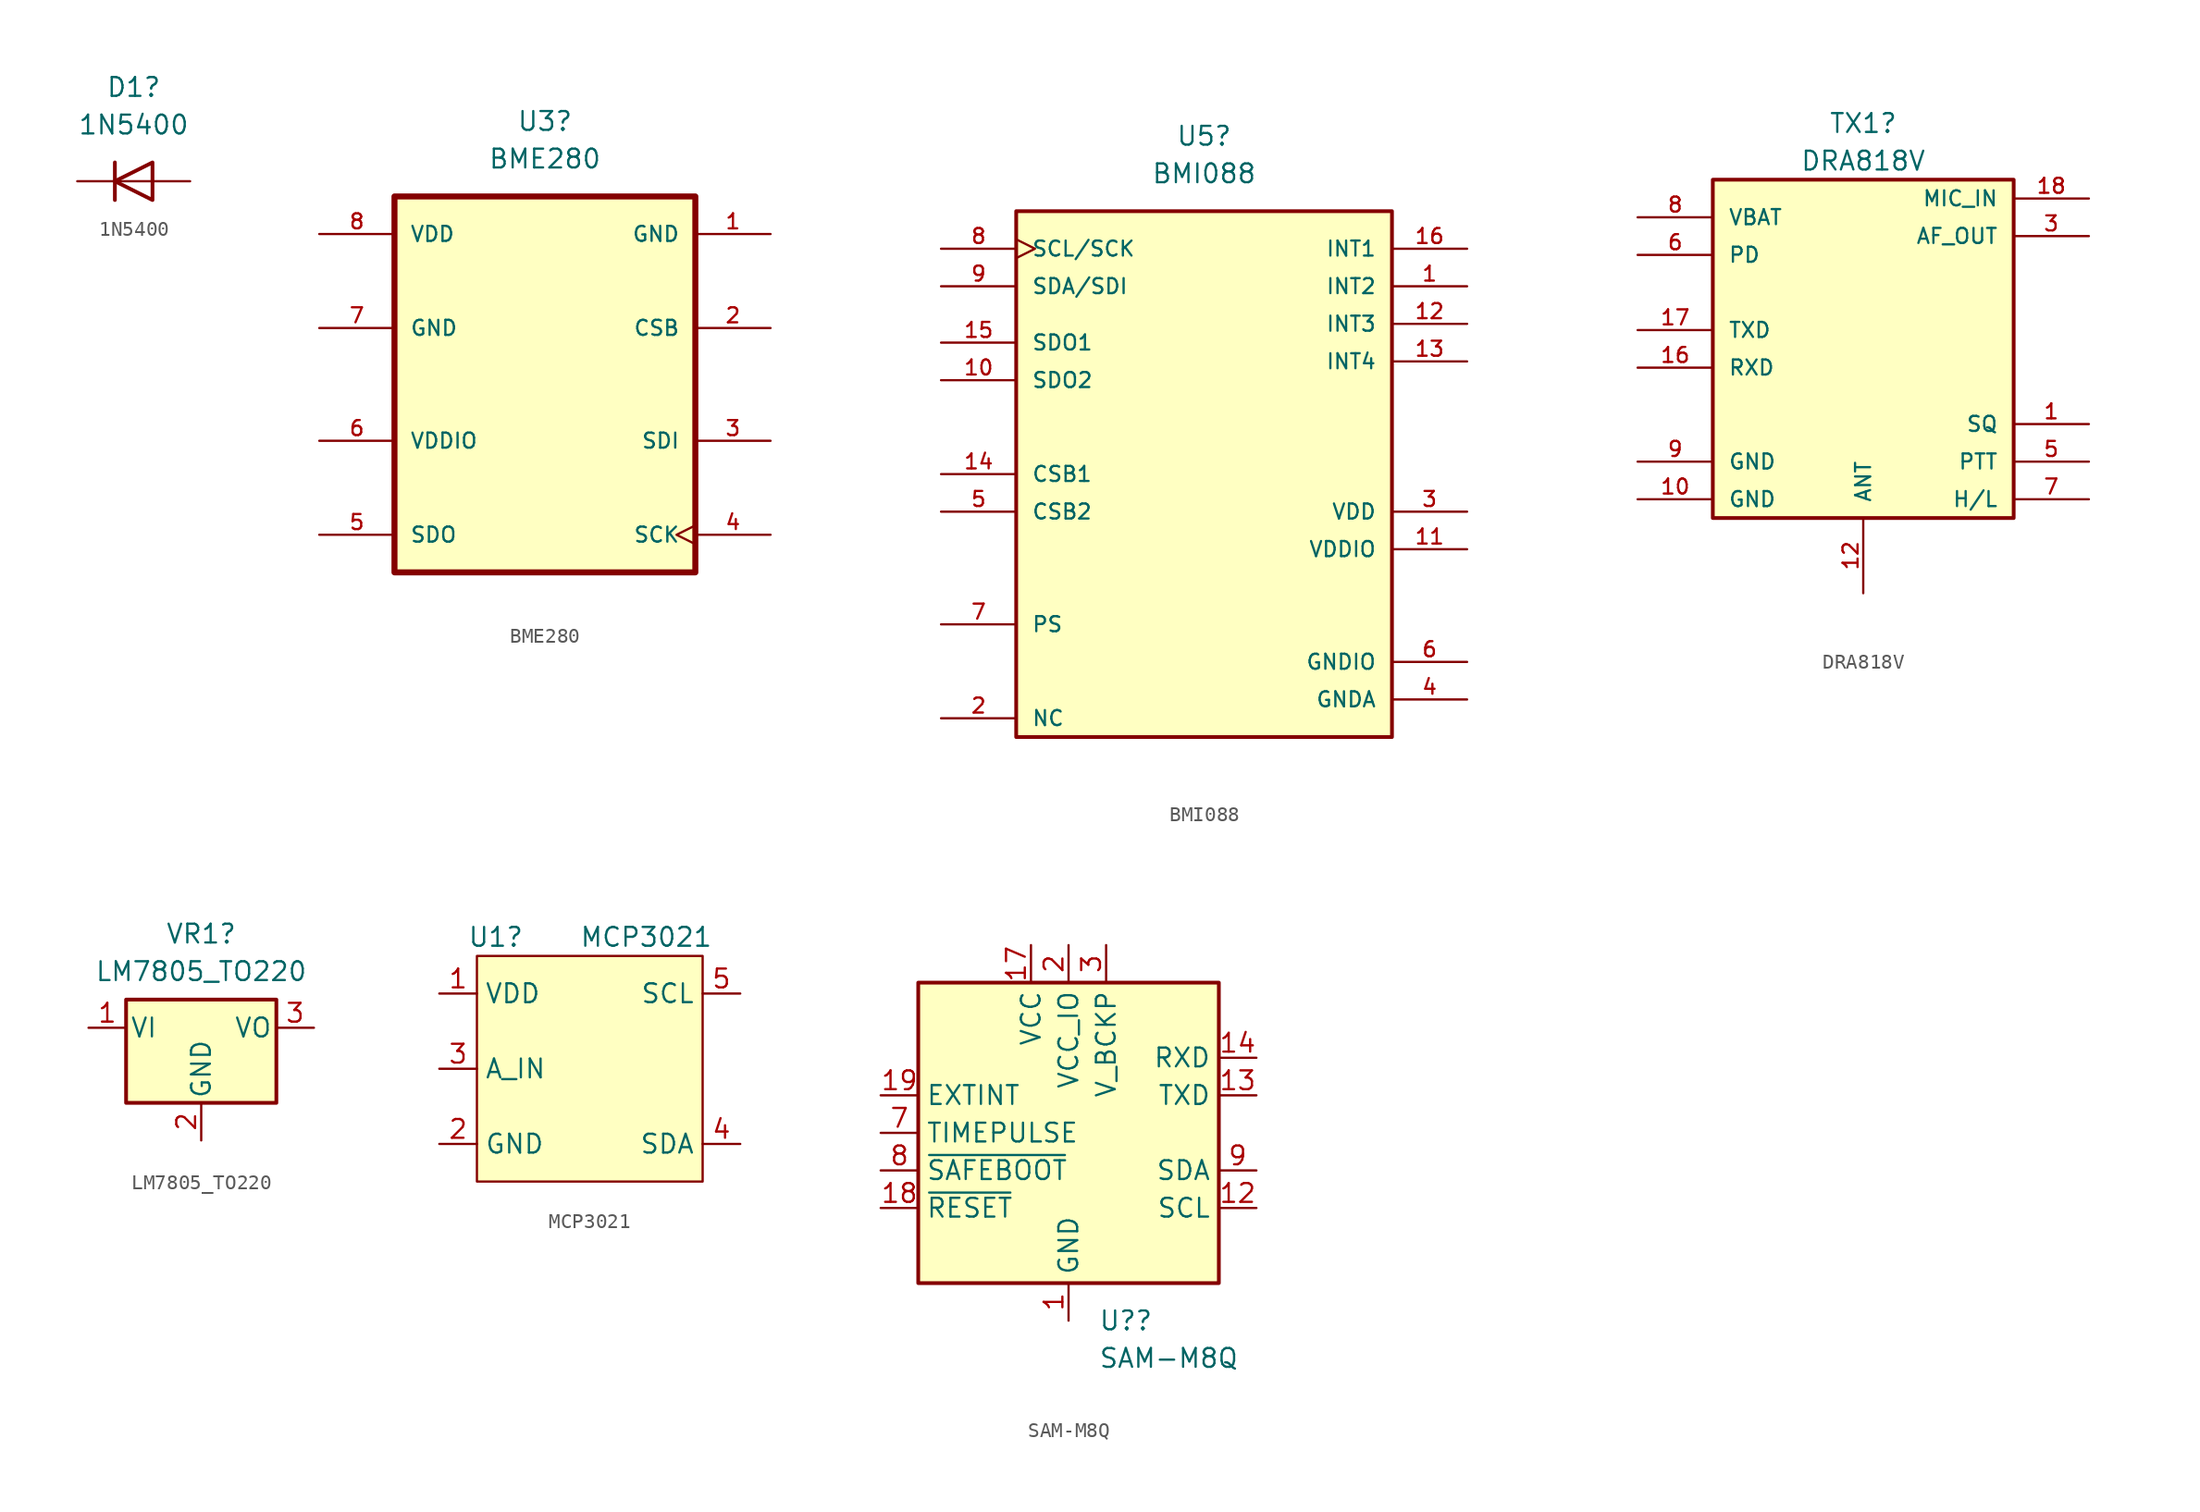
<source format=kicad_sym>
(kicad_symbol_lib
  (version 20211014)
  (generator kicad_symbol_editor)
  (symbol "1N5400"
    (pin_numbers hide)
    (pin_names hide)
    (property "Reference" "D1"
      (at 0 6.35 0)
      (effects (font (size 1.27 1.27))))
    (property "Value" "1N5400"
      (at 0 3.81 0)
      (effects (font (size 1.27 1.27))))
    (symbol "1N5400_0_1"
      (polyline (pts (xy -1.27 1.27) (xy -1.27 -1.27)) (stroke (width 0.254) (type default) (color 0 0 0 0)) (fill (type none)))
      (polyline (pts (xy 1.27 0) (xy -1.27 0)) (stroke (width 0) (type default) (color 0 0 0 0)) (fill (type none)))
      (polyline (pts (xy 1.27 1.27) (xy 1.27 -1.27) (xy -1.27 0) (xy 1.27 1.27)) (stroke (width 0.254) (type default) (color 0 0 0 0)) (fill (type none))))
    (symbol "1N5400_1_1"
      (pin power_out line (at -3.81 0 0) (length 2.54) (name "K" (effects (font (size 1.27 1.27)))) (number "1" (effects (font (size 1.27 1.27)))))
      (pin power_in line (at 3.81 0 180) (length 2.54) (name "A" (effects (font (size 1.27 1.27)))) (number "2" (effects (font (size 1.27 1.27)))))))
  (symbol "BME280"
    (pin_names
      (offset 1.016))
    (property "Reference" "U3"
      (at 0 17.78 0)
      (effects (font (size 1.27 1.27))))
    (property "Value" "BME280"
      (at 0 15.24 0)
      (effects (font (size 1.27 1.27))))
    (symbol "BME280_0_0"
      (rectangle (start -10.16 -12.7) (end 10.16 12.7) (stroke (width 0.406) (type default) (color 0 0 0 0)) (fill (type background)))
      (pin power_in line (at 15.24 10.16 180) (length 5.08) (name "GND" (effects (font (size 1.016 1.016)))) (number "1" (effects (font (size 1.016 1.016)))))
      (pin input line (at 15.24 3.81 180) (length 5.08) (name "CSB" (effects (font (size 1.016 1.016)))) (number "2" (effects (font (size 1.016 1.016)))))
      (pin bidirectional line (at 15.24 -3.81 180) (length 5.08) (name "SDI" (effects (font (size 1.016 1.016)))) (number "3" (effects (font (size 1.016 1.016)))))
      (pin input clock (at 15.24 -10.16 180) (length 5.08) (name "SCK" (effects (font (size 1.016 1.016)))) (number "4" (effects (font (size 1.016 1.016)))))
      (pin passive line (at -15.24 -10.16 0) (length 5.08) (name "SDO" (effects (font (size 1.016 1.016)))) (number "5" (effects (font (size 1.016 1.016)))))
      (pin power_in line (at -15.24 -3.81 0) (length 5.08) (name "VDDIO" (effects (font (size 1.016 1.016)))) (number "6" (effects (font (size 1.016 1.016)))))
      (pin power_in line (at -15.24 3.81 0) (length 5.08) (name "GND" (effects (font (size 1.016 1.016)))) (number "7" (effects (font (size 1.016 1.016)))))
      (pin power_in line (at -15.24 10.16 0) (length 5.08) (name "VDD" (effects (font (size 1.016 1.016)))) (number "8" (effects (font (size 1.016 1.016)))))))
  (symbol "BMI088"
    (pin_names
      (offset 1.016))
    (property "Reference" "U5"
      (at 0 22.86 0)
      (effects (font (size 1.27 1.27))))
    (property "Value" "BMI088"
      (at 0 20.32 0)
      (effects (font (size 1.27 1.27))))
    (symbol "BMI088_0_0"
      (rectangle (start -12.7 -17.78) (end 12.7 17.78) (stroke (width 0.254) (type default) (color 0 0 0 0)) (fill (type background)))
      (pin bidirectional line (at 17.78 12.7 180) (length 5.08) (name "INT2" (effects (font (size 1.016 1.016)))) (number "1" (effects (font (size 1.016 1.016)))))
      (pin bidirectional line (at -17.78 6.35 0) (length 5.08) (name "SDO2" (effects (font (size 1.016 1.016)))) (number "10" (effects (font (size 1.016 1.016)))))
      (pin power_in line (at 17.78 -5.08 180) (length 5.08) (name "VDDIO" (effects (font (size 1.016 1.016)))) (number "11" (effects (font (size 1.016 1.016)))))
      (pin bidirectional line (at 17.78 10.16 180) (length 5.08) (name "INT3" (effects (font (size 1.016 1.016)))) (number "12" (effects (font (size 1.016 1.016)))))
      (pin bidirectional line (at 17.78 7.62 180) (length 5.08) (name "INT4" (effects (font (size 1.016 1.016)))) (number "13" (effects (font (size 1.016 1.016)))))
      (pin input line (at -17.78 0 0) (length 5.08) (name "CSB1" (effects (font (size 1.016 1.016)))) (number "14" (effects (font (size 1.016 1.016)))))
      (pin output line (at -17.78 8.89 0) (length 5.08) (name "SDO1" (effects (font (size 1.016 1.016)))) (number "15" (effects (font (size 1.016 1.016)))))
      (pin bidirectional line (at 17.78 15.24 180) (length 5.08) (name "INT1" (effects (font (size 1.016 1.016)))) (number "16" (effects (font (size 1.016 1.016)))))
      (pin passive line (at -17.78 -16.51 0) (length 5.08) (name "NC" (effects (font (size 1.016 1.016)))) (number "2" (effects (font (size 1.016 1.016)))))
      (pin power_in line (at 17.78 -2.54 180) (length 5.08) (name "VDD" (effects (font (size 1.016 1.016)))) (number "3" (effects (font (size 1.016 1.016)))))
      (pin power_in line (at 17.78 -15.24 180) (length 5.08) (name "GNDA" (effects (font (size 1.016 1.016)))) (number "4" (effects (font (size 1.016 1.016)))))
      (pin input line (at -17.78 -2.54 0) (length 5.08) (name "CSB2" (effects (font (size 1.016 1.016)))) (number "5" (effects (font (size 1.016 1.016)))))
      (pin power_in line (at 17.78 -12.7 180) (length 5.08) (name "GNDIO" (effects (font (size 1.016 1.016)))) (number "6" (effects (font (size 1.016 1.016)))))
      (pin input line (at -17.78 -10.16 0) (length 5.08) (name "PS" (effects (font (size 1.016 1.016)))) (number "7" (effects (font (size 1.016 1.016)))))
      (pin input clock (at -17.78 15.24 0) (length 5.08) (name "SCL/SCK" (effects (font (size 1.016 1.016)))) (number "8" (effects (font (size 1.016 1.016)))))
      (pin bidirectional line (at -17.78 12.7 0) (length 5.08) (name "SDA/SDI" (effects (font (size 1.016 1.016)))) (number "9" (effects (font (size 1.016 1.016)))))))
  (symbol "DRA818V"
    (pin_names
      (offset 1.016))
    (property "Reference" "TX1"
      (at 0 16.51 0)
      (effects (font (size 1.27 1.27))))
    (property "Value" "DRA818V"
      (at 0 13.97 0)
      (effects (font (size 1.27 1.27))))
    (symbol "DRA818V_0_0"
      (rectangle (start -10.16 -10.16) (end 10.16 12.7) (stroke (width 0.254) (type default) (color 0 0 0 0)) (fill (type background)))
      (pin output line (at 15.24 -3.81 180) (length 5.08) (name "SQ" (effects (font (size 1.016 1.016)))) (number "1" (effects (font (size 1.016 1.016)))))
      (pin power_in line (at -15.24 -8.89 0) (length 5.08) (name "GND" (effects (font (size 1.016 1.016)))) (number "10" (effects (font (size 1.016 1.016)))))
      (pin passive line (at 0 -15.24 90) (length 5.08) (name "ANT" (effects (font (size 1.016 1.016)))) (number "12" (effects (font (size 1.016 1.016)))))
      (pin input line (at -15.24 0 0) (length 5.08) (name "RXD" (effects (font (size 1.016 1.016)))) (number "16" (effects (font (size 1.016 1.016)))))
      (pin output line (at -15.24 2.54 0) (length 5.08) (name "TXD" (effects (font (size 1.016 1.016)))) (number "17" (effects (font (size 1.016 1.016)))))
      (pin input line (at 15.24 11.43 180) (length 5.08) (name "MIC_IN" (effects (font (size 1.016 1.016)))) (number "18" (effects (font (size 1.016 1.016)))))
      (pin output line (at 15.24 8.89 180) (length 5.08) (name "AF_OUT" (effects (font (size 1.016 1.016)))) (number "3" (effects (font (size 1.016 1.016)))))
      (pin input line (at 15.24 -6.35 180) (length 5.08) (name "PTT" (effects (font (size 1.016 1.016)))) (number "5" (effects (font (size 1.016 1.016)))))
      (pin input line (at -15.24 7.62 0) (length 5.08) (name "PD" (effects (font (size 1.016 1.016)))) (number "6" (effects (font (size 1.016 1.016)))))
      (pin input line (at 15.24 -8.89 180) (length 5.08) (name "H/L" (effects (font (size 1.016 1.016)))) (number "7" (effects (font (size 1.016 1.016)))))
      (pin power_in line (at -15.24 10.16 0) (length 5.08) (name "VBAT" (effects (font (size 1.016 1.016)))) (number "8" (effects (font (size 1.016 1.016)))))
      (pin power_in line (at -15.24 -6.35 0) (length 5.08) (name "GND" (effects (font (size 1.016 1.016)))) (number "9" (effects (font (size 1.016 1.016)))))))
  (symbol "LM7805_TO220"
    (pin_names
      (offset 0.254))
    (property "Reference" "VR1"
      (at 0 6.35 0)
      (effects (font (size 1.27 1.27))))
    (property "Value" "LM7805_TO220"
      (at 0 3.81 0)
      (effects (font (size 1.27 1.27))))
    (symbol "LM7805_TO220_0_1"
      (rectangle (start -5.08 1.905) (end 5.08 -5.08) (stroke (width 0.254) (type default) (color 0 0 0 0)) (fill (type background))))
    (symbol "LM7805_TO220_1_1"
      (pin power_in line (at -7.62 0 0) (length 2.54) (name "VI" (effects (font (size 1.27 1.27)))) (number "1" (effects (font (size 1.27 1.27)))))
      (pin power_in line (at 0 -7.62 90) (length 2.54) (name "GND" (effects (font (size 1.27 1.27)))) (number "2" (effects (font (size 1.27 1.27)))))
      (pin power_out line (at 7.62 0 180) (length 2.54) (name "VO" (effects (font (size 1.27 1.27)))) (number "3" (effects (font (size 1.27 1.27)))))))
  (symbol "MCP3021"
    (property "Reference" "U1"
      (at -6.35 8.89 0)
      (effects (font (size 1.27 1.27))))
    (property "Value" "MCP3021"
      (at 3.81 8.89 0)
      (effects (font (size 1.27 1.27))))
    (symbol "MCP3021_0_1"
      (rectangle (start -7.62 7.62) (end 7.62 -7.62) (stroke (width 0) (type default) (color 0 0 0 0)) (fill (type background))))
    (symbol "MCP3021_1_1"
      (pin power_in line (at -10.16 5.08 0) (length 2.54) (name "VDD" (effects (font (size 1.27 1.27)))) (number "1" (effects (font (size 1.27 1.27)))))
      (pin power_in line (at -10.16 -5.08 0) (length 2.54) (name "GND" (effects (font (size 1.27 1.27)))) (number "2" (effects (font (size 1.27 1.27)))))
      (pin input line (at -10.16 0 0) (length 2.54) (name "A_IN" (effects (font (size 1.27 1.27)))) (number "3" (effects (font (size 1.27 1.27)))))
      (pin bidirectional line (at 10.16 -5.08 180) (length 2.54) (name "SDA" (effects (font (size 1.27 1.27)))) (number "4" (effects (font (size 1.27 1.27)))))
      (pin bidirectional line (at 10.16 5.08 180) (length 2.54) (name "SCL" (effects (font (size 1.27 1.27)))) (number "5" (effects (font (size 1.27 1.27)))))))
  (symbol "SAM-M8Q"
    (property "Reference" "U?"
      (at 2.019 -12.7 0)
      (effects (font (size 1.27 1.27)) (justify left)))
    (property "Value" "SAM-M8Q"
      (at 2.019 -15.24 0)
      (effects (font (size 1.27 1.27)) (justify left)))
    (symbol "SAM-M8Q_0_1"
      (rectangle (start -10.16 10.16) (end 10.16 -10.16) (stroke (width 0.254) (type default) (color 0 0 0 0)) (fill (type background))))
    (symbol "SAM-M8Q_1_1"
      (pin power_in line (at 0 -12.7 90) (length 2.54) (name "GND" (effects (font (size 1.27 1.27)))) (number "1" (effects (font (size 1.27 1.27)))))
      (pin passive line (at 0 -12.7 90) (length 2.54) hide (name "GND" (effects (font (size 1.27 1.27)))) (number "10" (effects (font (size 1.27 1.27)))))
      (pin passive line (at 0 -12.7 90) (length 2.54) hide (name "GND" (effects (font (size 1.27 1.27)))) (number "11" (effects (font (size 1.27 1.27)))))
      (pin input line (at 12.7 -5.08 180) (length 2.54) (name "SCL" (effects (font (size 1.27 1.27)))) (number "12" (effects (font (size 1.27 1.27)))))
      (pin output line (at 12.7 2.54 180) (length 2.54) (name "TXD" (effects (font (size 1.27 1.27)))) (number "13" (effects (font (size 1.27 1.27)))))
      (pin input line (at 12.7 5.08 180) (length 2.54) (name "RXD" (effects (font (size 1.27 1.27)))) (number "14" (effects (font (size 1.27 1.27)))))
      (pin passive line (at 0 -12.7 90) (length 2.54) hide (name "GND" (effects (font (size 1.27 1.27)))) (number "15" (effects (font (size 1.27 1.27)))))
      (pin passive line (at 0 -12.7 90) (length 2.54) hide (name "GND" (effects (font (size 1.27 1.27)))) (number "16" (effects (font (size 1.27 1.27)))))
      (pin power_in line (at -2.54 12.7 270) (length 2.54) (name "VCC" (effects (font (size 1.27 1.27)))) (number "17" (effects (font (size 1.27 1.27)))))
      (pin input line (at -12.7 -5.08 0) (length 2.54) (name "~{RESET}" (effects (font (size 1.27 1.27)))) (number "18" (effects (font (size 1.27 1.27)))))
      (pin input line (at -12.7 2.54 0) (length 2.54) (name "EXTINT" (effects (font (size 1.27 1.27)))) (number "19" (effects (font (size 1.27 1.27)))))
      (pin power_in line (at 0 12.7 270) (length 2.54) (name "VCC_IO" (effects (font (size 1.27 1.27)))) (number "2" (effects (font (size 1.27 1.27)))))
      (pin passive line (at 0 -12.7 90) (length 2.54) hide (name "GND" (effects (font (size 1.27 1.27)))) (number "20" (effects (font (size 1.27 1.27)))))
      (pin power_in line (at 2.54 12.7 270) (length 2.54) (name "V_BCKP" (effects (font (size 1.27 1.27)))) (number "3" (effects (font (size 1.27 1.27)))))
      (pin passive line (at 0 -12.7 90) (length 2.54) hide (name "GND" (effects (font (size 1.27 1.27)))) (number "4" (effects (font (size 1.27 1.27)))))
      (pin passive line (at 0 -12.7 90) (length 2.54) hide (name "GND" (effects (font (size 1.27 1.27)))) (number "5" (effects (font (size 1.27 1.27)))))
      (pin passive line (at 0 -12.7 90) (length 2.54) hide (name "GND" (effects (font (size 1.27 1.27)))) (number "6" (effects (font (size 1.27 1.27)))))
      (pin output line (at -12.7 0 0) (length 2.54) (name "TIMEPULSE" (effects (font (size 1.27 1.27)))) (number "7" (effects (font (size 1.27 1.27)))))
      (pin input line (at -12.7 -2.54 0) (length 2.54) (name "~{SAFEBOOT}" (effects (font (size 1.27 1.27)))) (number "8" (effects (font (size 1.27 1.27)))))
      (pin bidirectional line (at 12.7 -2.54 180) (length 2.54) (name "SDA" (effects (font (size 1.27 1.27)))) (number "9" (effects (font (size 1.27 1.27))))))))
</source>
